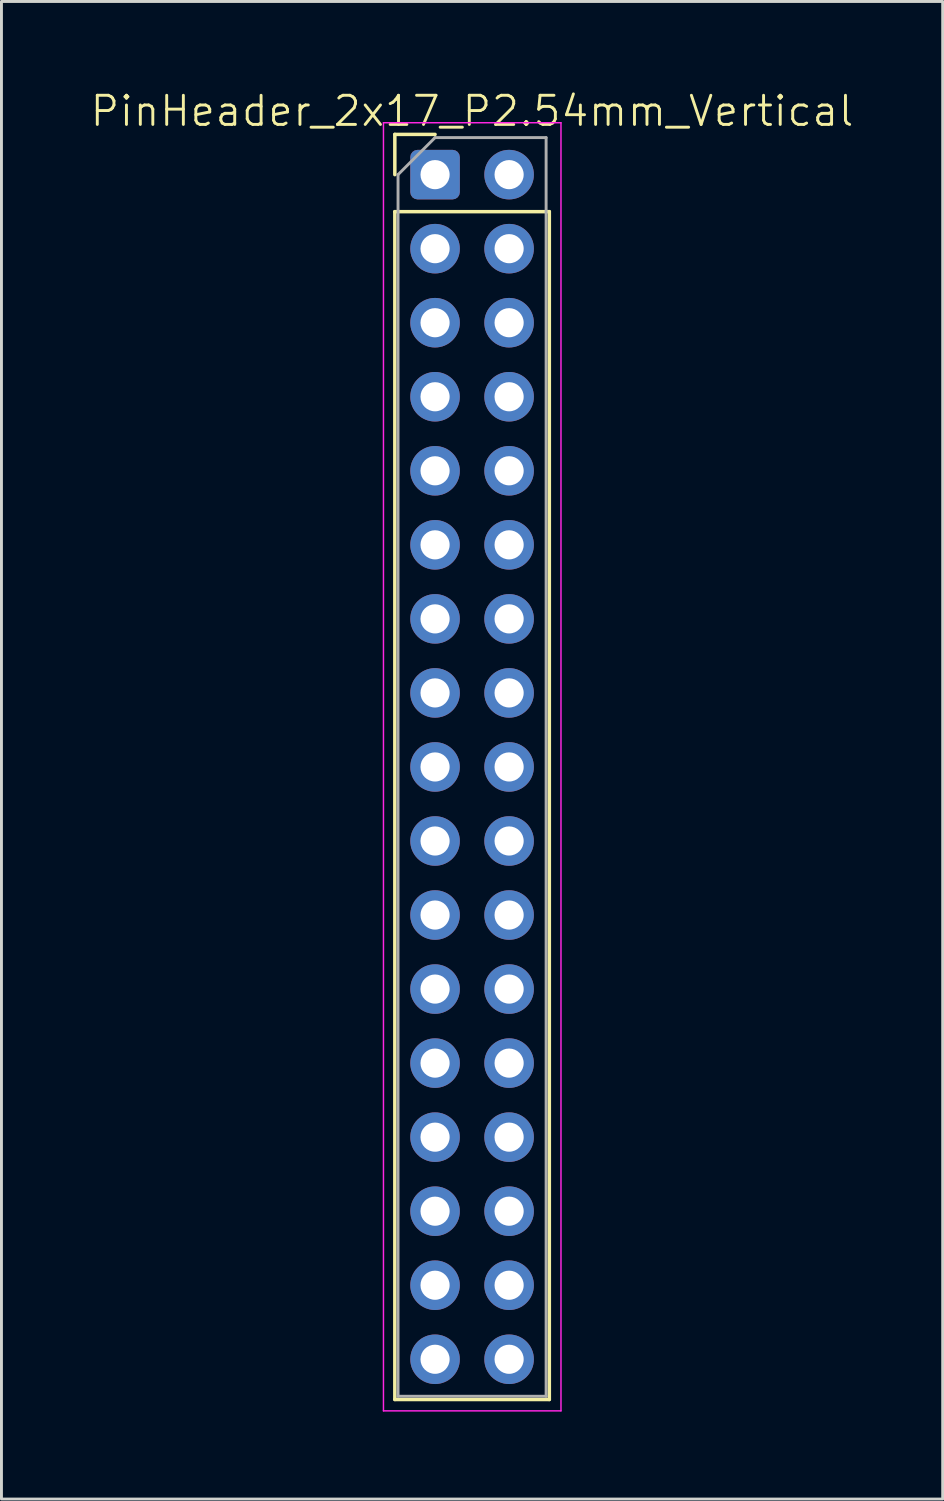
<source format=kicad_pcb>
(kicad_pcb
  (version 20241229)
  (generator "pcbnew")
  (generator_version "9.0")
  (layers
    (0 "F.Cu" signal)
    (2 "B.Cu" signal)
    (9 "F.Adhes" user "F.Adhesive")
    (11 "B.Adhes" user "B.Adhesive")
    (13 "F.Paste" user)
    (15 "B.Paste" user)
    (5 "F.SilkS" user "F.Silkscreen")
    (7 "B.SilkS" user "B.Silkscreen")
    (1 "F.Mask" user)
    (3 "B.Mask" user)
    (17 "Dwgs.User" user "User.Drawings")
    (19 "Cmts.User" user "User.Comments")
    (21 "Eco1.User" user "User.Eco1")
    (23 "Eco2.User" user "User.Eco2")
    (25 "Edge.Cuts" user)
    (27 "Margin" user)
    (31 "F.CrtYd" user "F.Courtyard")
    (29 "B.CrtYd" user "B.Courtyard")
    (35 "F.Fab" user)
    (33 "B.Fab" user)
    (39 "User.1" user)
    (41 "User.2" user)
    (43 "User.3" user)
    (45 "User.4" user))
  (footprint "PinHeader_2x17_P2.54mm_Vertical"
    (layer "F.Cu")
    (at 13.145 23.261)
    (property "Reference" "PinHeader_2x17_P2.54mm_Vertical" (at 0 -22.5 0) (layer "F.SilkS") (effects (font (size 1 1) (thickness 0.1))))
    (attr through_hole)
    (fp_line (start -2.65 -21.7) (end -1.27 -21.7) (stroke (width 0.12) (type solid)) (layer "F.SilkS"))
    (fp_line (start -2.65 -20.32) (end -2.65 -21.7) (stroke (width 0.12) (type solid)) (layer "F.SilkS"))
    (fp_line (start -2.65 -19.05) (end -2.65 21.7) (stroke (width 0.12) (type solid)) (layer "F.SilkS"))
    (fp_line (start -2.65 -19.05) (end 2.65 -19.05) (stroke (width 0.12) (type solid)) (layer "F.SilkS"))
    (fp_line (start -2.65 21.7) (end 2.65 21.7) (stroke (width 0.12) (type solid)) (layer "F.SilkS"))
    (fp_line (start 2.65 -19.05) (end 2.65 21.7) (stroke (width 0.12) (type solid)) (layer "F.SilkS"))
    (fp_line (start -3.04 -22.1) (end -3.04 22.09) (stroke (width 0.05) (type solid)) (layer "F.CrtYd"))
    (fp_line (start -3.04 22.09) (end 3.05 22.09) (stroke (width 0.05) (type solid)) (layer "F.CrtYd"))
    (fp_line (start 3.05 -22.1) (end -3.04 -22.1) (stroke (width 0.05) (type solid)) (layer "F.CrtYd"))
    (fp_line (start 3.05 22.09) (end 3.05 -22.1) (stroke (width 0.05) (type solid)) (layer "F.CrtYd"))
    (fp_line (start -2.54 -20.32) (end -1.27 -21.59) (stroke (width 0.1) (type solid)) (layer "F.Fab"))
    (fp_line (start -2.54 21.59) (end -2.54 -20.32) (stroke (width 0.1) (type solid)) (layer "F.Fab"))
    (fp_line (start -1.27 -21.59) (end 2.54 -21.59) (stroke (width 0.1) (type solid)) (layer "F.Fab"))
    (fp_line (start 2.54 -21.59) (end 2.54 21.59) (stroke (width 0.1) (type solid)) (layer "F.Fab"))
    (fp_line (start 2.54 21.59) (end -2.54 21.59) (stroke (width 0.1) (type solid)) (layer "F.Fab"))
    (pad "1" thru_hole roundrect (at -1.27 -20.32) (size 1.7 1.7) (drill 1) (layers "*.Cu" "*.Mask") (roundrect_rratio 0.147))
    (pad "2" thru_hole circle (at 1.27 -20.32) (size 1.7 1.7) (drill 1) (layers "*.Cu" "*.Mask"))
    (pad "3" thru_hole circle (at -1.27 -17.78) (size 1.7 1.7) (drill 1) (layers "*.Cu" "*.Mask"))
    (pad "4" thru_hole circle (at 1.27 -17.78) (size 1.7 1.7) (drill 1) (layers "*.Cu" "*.Mask"))
    (pad "5" thru_hole circle (at -1.27 -15.24) (size 1.7 1.7) (drill 1) (layers "*.Cu" "*.Mask"))
    (pad "6" thru_hole circle (at 1.27 -15.24) (size 1.7 1.7) (drill 1) (layers "*.Cu" "*.Mask"))
    (pad "7" thru_hole circle (at -1.27 -12.7) (size 1.7 1.7) (drill 1) (layers "*.Cu" "*.Mask"))
    (pad "8" thru_hole circle (at 1.27 -12.7) (size 1.7 1.7) (drill 1) (layers "*.Cu" "*.Mask"))
    (pad "9" thru_hole circle (at -1.27 -10.16) (size 1.7 1.7) (drill 1) (layers "*.Cu" "*.Mask"))
    (pad "10" thru_hole circle (at 1.27 -10.16) (size 1.7 1.7) (drill 1) (layers "*.Cu" "*.Mask"))
    (pad "11" thru_hole circle (at -1.27 -7.62) (size 1.7 1.7) (drill 1) (layers "*.Cu" "*.Mask"))
    (pad "12" thru_hole circle (at 1.27 -7.62) (size 1.7 1.7) (drill 1) (layers "*.Cu" "*.Mask"))
    (pad "13" thru_hole circle (at -1.27 -5.08) (size 1.7 1.7) (drill 1) (layers "*.Cu" "*.Mask"))
    (pad "14" thru_hole circle (at 1.27 -5.08) (size 1.7 1.7) (drill 1) (layers "*.Cu" "*.Mask"))
    (pad "15" thru_hole circle (at -1.27 -2.54) (size 1.7 1.7) (drill 1) (layers "*.Cu" "*.Mask"))
    (pad "16" thru_hole circle (at 1.27 -2.54) (size 1.7 1.7) (drill 1) (layers "*.Cu" "*.Mask"))
    (pad "17" thru_hole circle (at -1.27 0) (size 1.7 1.7) (drill 1) (layers "*.Cu" "*.Mask"))
    (pad "18" thru_hole circle (at 1.27 0) (size 1.7 1.7) (drill 1) (layers "*.Cu" "*.Mask"))
    (pad "19" thru_hole circle (at -1.27 2.54) (size 1.7 1.7) (drill 1) (layers "*.Cu" "*.Mask"))
    (pad "20" thru_hole circle (at 1.27 2.54) (size 1.7 1.7) (drill 1) (layers "*.Cu" "*.Mask"))
    (pad "21" thru_hole circle (at -1.27 5.08) (size 1.7 1.7) (drill 1) (layers "*.Cu" "*.Mask"))
    (pad "22" thru_hole circle (at 1.27 5.08) (size 1.7 1.7) (drill 1) (layers "*.Cu" "*.Mask"))
    (pad "23" thru_hole circle (at -1.27 7.62) (size 1.7 1.7) (drill 1) (layers "*.Cu" "*.Mask"))
    (pad "24" thru_hole circle (at 1.27 7.62) (size 1.7 1.7) (drill 1) (layers "*.Cu" "*.Mask"))
    (pad "25" thru_hole circle (at -1.27 10.16) (size 1.7 1.7) (drill 1) (layers "*.Cu" "*.Mask"))
    (pad "26" thru_hole circle (at 1.27 10.16) (size 1.7 1.7) (drill 1) (layers "*.Cu" "*.Mask"))
    (pad "27" thru_hole circle (at -1.27 12.7) (size 1.7 1.7) (drill 1) (layers "*.Cu" "*.Mask"))
    (pad "28" thru_hole circle (at 1.27 12.7) (size 1.7 1.7) (drill 1) (layers "*.Cu" "*.Mask"))
    (pad "29" thru_hole circle (at -1.27 15.24) (size 1.7 1.7) (drill 1) (layers "*.Cu" "*.Mask"))
    (pad "30" thru_hole circle (at 1.27 15.24) (size 1.7 1.7) (drill 1) (layers "*.Cu" "*.Mask"))
    (pad "31" thru_hole circle (at -1.27 17.78) (size 1.7 1.7) (drill 1) (layers "*.Cu" "*.Mask"))
    (pad "32" thru_hole circle (at 1.27 17.78) (size 1.7 1.7) (drill 1) (layers "*.Cu" "*.Mask"))
    (pad "33" thru_hole circle (at -1.27 20.32) (size 1.7 1.7) (drill 1) (layers "*.Cu" "*.Mask"))
    (pad "34" thru_hole circle (at 1.27 20.32) (size 1.7 1.7) (drill 1) (layers "*.Cu" "*.Mask")))
  (gr_rect
    (start -3 -3)
    (end 29.29 48.376)
    (stroke (width 0.1) (type default))
    (fill no)
    (layer "Edge.Cuts")))
</source>
